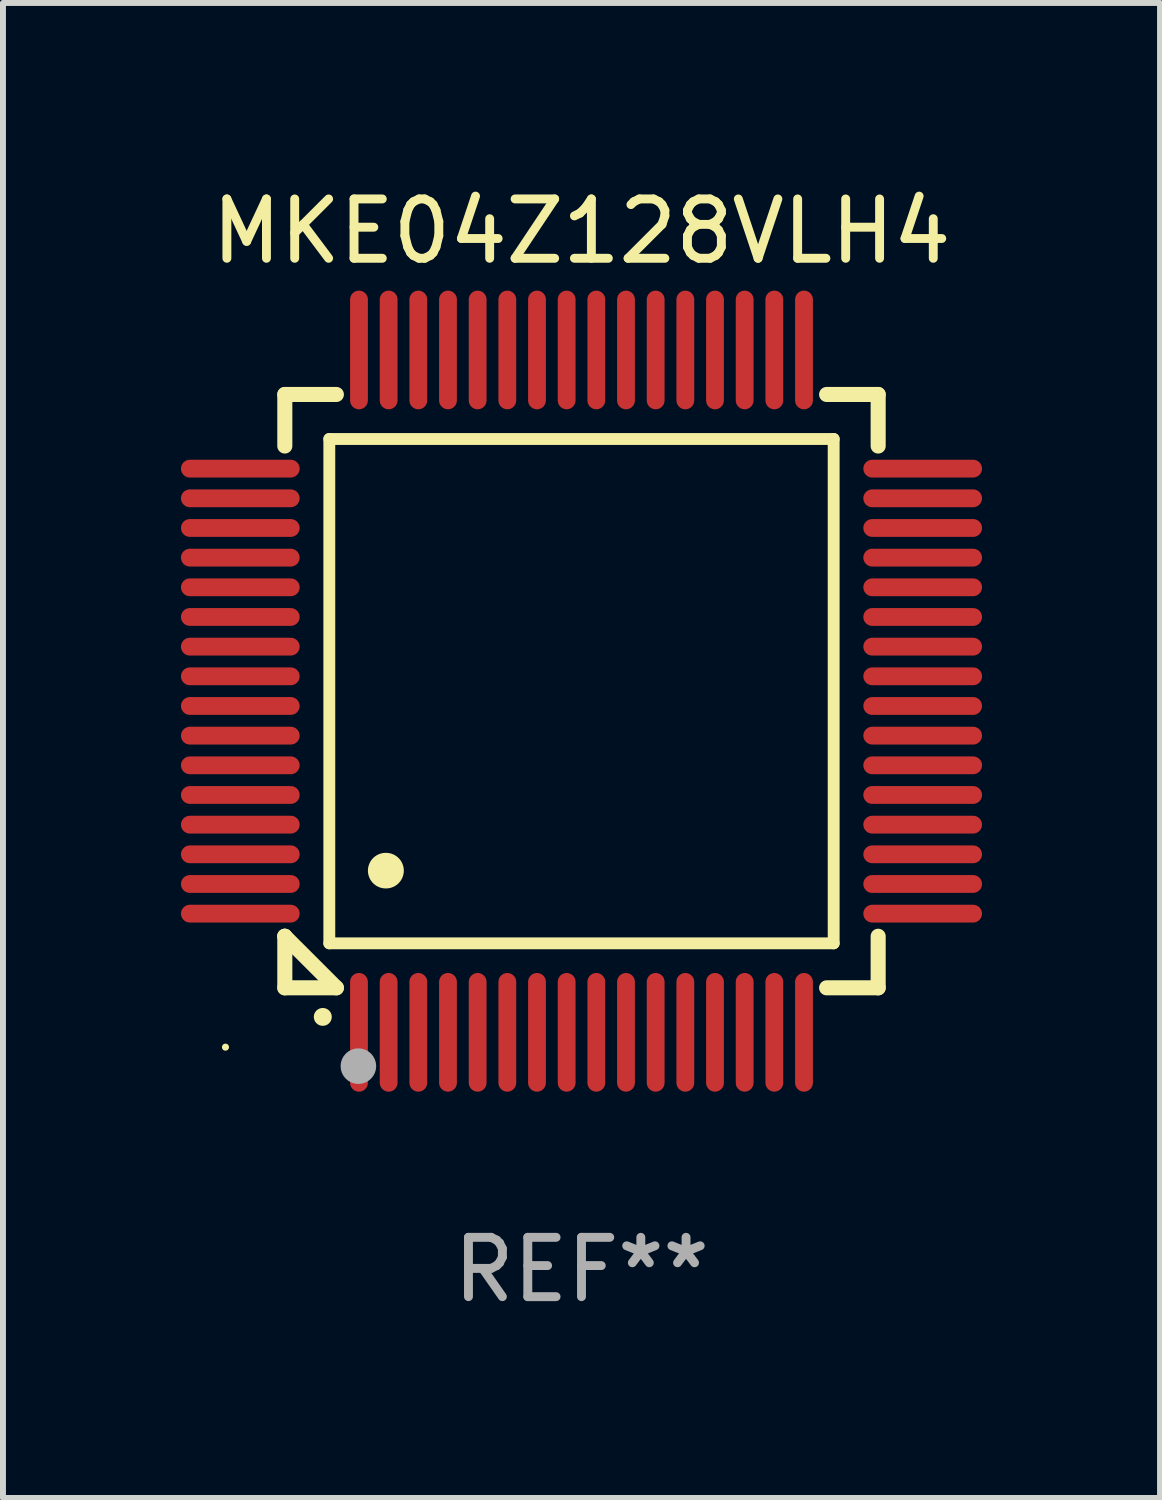
<source format=kicad_pcb>
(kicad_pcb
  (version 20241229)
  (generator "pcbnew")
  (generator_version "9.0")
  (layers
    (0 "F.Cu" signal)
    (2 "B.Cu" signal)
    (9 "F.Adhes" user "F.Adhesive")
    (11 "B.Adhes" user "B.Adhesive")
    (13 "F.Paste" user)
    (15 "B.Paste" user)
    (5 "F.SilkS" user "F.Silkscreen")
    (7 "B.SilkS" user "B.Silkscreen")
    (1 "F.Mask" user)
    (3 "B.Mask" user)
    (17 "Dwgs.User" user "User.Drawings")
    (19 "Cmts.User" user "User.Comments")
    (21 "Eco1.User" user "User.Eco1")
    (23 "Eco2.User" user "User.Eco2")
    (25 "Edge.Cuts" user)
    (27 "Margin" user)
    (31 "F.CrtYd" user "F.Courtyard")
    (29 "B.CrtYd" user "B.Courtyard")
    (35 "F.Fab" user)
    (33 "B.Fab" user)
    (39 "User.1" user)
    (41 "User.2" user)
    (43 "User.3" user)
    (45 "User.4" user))
  (footprint "MKE04Z128VLH4"
    (layer "F.Cu")
    (at 6.75 8.598)
    (property "Reference" "MKE04Z128VLH4" (at 0 -7.75 0) (layer "F.SilkS") (effects (font (size 1 1) (thickness 0.15))))
    (attr through_hole)
    (fp_line (start -5 -5) (end -4.131 -5) (stroke (width 0.254) (type solid)) (layer "F.SilkS"))
    (fp_line (start -5 -4.131) (end -5 -5) (stroke (width 0.254) (type solid)) (layer "F.SilkS"))
    (fp_line (start -5 4.131) (end -5 4.131) (stroke (width 0.254) (type solid)) (layer "F.SilkS"))
    (fp_line (start -5 5) (end -5 4.131) (stroke (width 0.254) (type solid)) (layer "F.SilkS"))
    (fp_line (start -5 4.131) (end -4.131 5) (stroke (width 0.254) (type solid)) (layer "F.SilkS"))
    (fp_line (start -4.25 -4.25) (end -4.25 4.25) (stroke (width 0.2) (type solid)) (layer "F.SilkS"))
    (fp_line (start -4.25 4.25) (end 4.25 4.25) (stroke (width 0.2) (type solid)) (layer "F.SilkS"))
    (fp_line (start -4.131 5) (end -5 5) (stroke (width 0.254) (type solid)) (layer "F.SilkS"))
    (fp_line (start 4.25 -4.25) (end -4.25 -4.25) (stroke (width 0.2) (type solid)) (layer "F.SilkS"))
    (fp_line (start 4.25 4.25) (end 4.25 -4.25) (stroke (width 0.2) (type solid)) (layer "F.SilkS"))
    (fp_line (start 5 -5) (end 4.131 -5) (stroke (width 0.254) (type solid)) (layer "F.SilkS"))
    (fp_line (start 5 -5) (end 5 -4.131) (stroke (width 0.254) (type solid)) (layer "F.SilkS"))
    (fp_line (start 5 4.131) (end 5 5) (stroke (width 0.254) (type solid)) (layer "F.SilkS"))
    (fp_line (start 5 5) (end 4.131 5) (stroke (width 0.254) (type solid)) (layer "F.SilkS"))
    (fp_arc (start -4.361265 5.489992) (mid -4.359995 5.489987) (end -4.358725 5.489992) (stroke (width 0.3) (type solid)) (layer "F.SilkS"))
    (fp_arc (start -3.299467 3.025146) (mid -3.296927 3.025135) (end -3.294387 3.025146) (stroke (width 0.6) (type solid)) (layer "F.SilkS"))
    (fp_circle (center -6 6) (end -5.97 6) (stroke (width 0.06) (type solid)) (fill no) (layer "F.SilkS"))
    (fp_circle (center -3.76 6.32) (end -3.61 6.32) (stroke (width 0.3) (type solid)) (fill no) (layer "F.Fab"))
    (fp_text user "REF**" (at 0 9.75 0) (layer "F.Fab") (effects (font (size 1 1) (thickness 0.15))))
    (pad "1" smd oval (at -3.75 5.75) (size 0.3 2) (layers "F.Cu" "F.Mask" "F.Paste"))
    (pad "2" smd oval (at -3.25 5.75) (size 0.3 2) (layers "F.Cu" "F.Mask" "F.Paste"))
    (pad "3" smd oval (at -2.75 5.75) (size 0.3 2) (layers "F.Cu" "F.Mask" "F.Paste"))
    (pad "4" smd oval (at -2.25 5.75) (size 0.3 2) (layers "F.Cu" "F.Mask" "F.Paste"))
    (pad "5" smd oval (at -1.75 5.75) (size 0.3 2) (layers "F.Cu" "F.Mask" "F.Paste"))
    (pad "6" smd oval (at -1.25 5.75) (size 0.3 2) (layers "F.Cu" "F.Mask" "F.Paste"))
    (pad "7" smd oval (at -0.75 5.75) (size 0.3 2) (layers "F.Cu" "F.Mask" "F.Paste"))
    (pad "8" smd oval (at -0.25 5.75) (size 0.3 2) (layers "F.Cu" "F.Mask" "F.Paste"))
    (pad "9" smd oval (at 0.25 5.75) (size 0.3 2) (layers "F.Cu" "F.Mask" "F.Paste"))
    (pad "10" smd oval (at 0.75 5.75) (size 0.3 2) (layers "F.Cu" "F.Mask" "F.Paste"))
    (pad "11" smd oval (at 1.25 5.75) (size 0.3 2) (layers "F.Cu" "F.Mask" "F.Paste"))
    (pad "12" smd oval (at 1.75 5.75) (size 0.3 2) (layers "F.Cu" "F.Mask" "F.Paste"))
    (pad "13" smd oval (at 2.25 5.75) (size 0.3 2) (layers "F.Cu" "F.Mask" "F.Paste"))
    (pad "14" smd oval (at 2.75 5.75) (size 0.3 2) (layers "F.Cu" "F.Mask" "F.Paste"))
    (pad "15" smd oval (at 3.25 5.75) (size 0.3 2) (layers "F.Cu" "F.Mask" "F.Paste"))
    (pad "16" smd oval (at 3.75 5.75) (size 0.3 2) (layers "F.Cu" "F.Mask" "F.Paste"))
    (pad "17" smd oval (at 5.75 3.75) (size 2 0.3) (layers "F.Cu" "F.Mask" "F.Paste"))
    (pad "18" smd oval (at 5.75 3.25) (size 2 0.3) (layers "F.Cu" "F.Mask" "F.Paste"))
    (pad "19" smd oval (at 5.75 2.75) (size 2 0.3) (layers "F.Cu" "F.Mask" "F.Paste"))
    (pad "20" smd oval (at 5.75 2.25) (size 2 0.3) (layers "F.Cu" "F.Mask" "F.Paste"))
    (pad "21" smd oval (at 5.75 1.75) (size 2 0.3) (layers "F.Cu" "F.Mask" "F.Paste"))
    (pad "22" smd oval (at 5.75 1.25) (size 2 0.3) (layers "F.Cu" "F.Mask" "F.Paste"))
    (pad "23" smd oval (at 5.75 0.75) (size 2 0.3) (layers "F.Cu" "F.Mask" "F.Paste"))
    (pad "24" smd oval (at 5.75 0.25) (size 2 0.3) (layers "F.Cu" "F.Mask" "F.Paste"))
    (pad "25" smd oval (at 5.75 -0.25) (size 2 0.3) (layers "F.Cu" "F.Mask" "F.Paste"))
    (pad "26" smd oval (at 5.75 -0.75) (size 2 0.3) (layers "F.Cu" "F.Mask" "F.Paste"))
    (pad "27" smd oval (at 5.75 -1.25) (size 2 0.3) (layers "F.Cu" "F.Mask" "F.Paste"))
    (pad "28" smd oval (at 5.75 -1.75) (size 2 0.3) (layers "F.Cu" "F.Mask" "F.Paste"))
    (pad "29" smd oval (at 5.75 -2.25) (size 2 0.3) (layers "F.Cu" "F.Mask" "F.Paste"))
    (pad "30" smd oval (at 5.75 -2.75) (size 2 0.3) (layers "F.Cu" "F.Mask" "F.Paste"))
    (pad "31" smd oval (at 5.75 -3.25) (size 2 0.3) (layers "F.Cu" "F.Mask" "F.Paste"))
    (pad "32" smd oval (at 5.75 -3.75) (size 2 0.3) (layers "F.Cu" "F.Mask" "F.Paste"))
    (pad "33" smd oval (at 3.75 -5.75) (size 0.3 2) (layers "F.Cu" "F.Mask" "F.Paste"))
    (pad "34" smd oval (at 3.25 -5.75) (size 0.3 2) (layers "F.Cu" "F.Mask" "F.Paste"))
    (pad "35" smd oval (at 2.75 -5.75) (size 0.3 2) (layers "F.Cu" "F.Mask" "F.Paste"))
    (pad "36" smd oval (at 2.25 -5.75) (size 0.3 2) (layers "F.Cu" "F.Mask" "F.Paste"))
    (pad "37" smd oval (at 1.75 -5.75) (size 0.3 2) (layers "F.Cu" "F.Mask" "F.Paste"))
    (pad "38" smd oval (at 1.25 -5.75) (size 0.3 2) (layers "F.Cu" "F.Mask" "F.Paste"))
    (pad "39" smd oval (at 0.75 -5.75) (size 0.3 2) (layers "F.Cu" "F.Mask" "F.Paste"))
    (pad "40" smd oval (at 0.25 -5.75) (size 0.3 2) (layers "F.Cu" "F.Mask" "F.Paste"))
    (pad "41" smd oval (at -0.25 -5.75) (size 0.3 2) (layers "F.Cu" "F.Mask" "F.Paste"))
    (pad "42" smd oval (at -0.75 -5.75) (size 0.3 2) (layers "F.Cu" "F.Mask" "F.Paste"))
    (pad "43" smd oval (at -1.25 -5.75) (size 0.3 2) (layers "F.Cu" "F.Mask" "F.Paste"))
    (pad "44" smd oval (at -1.75 -5.75) (size 0.3 2) (layers "F.Cu" "F.Mask" "F.Paste"))
    (pad "45" smd oval (at -2.25 -5.75) (size 0.3 2) (layers "F.Cu" "F.Mask" "F.Paste"))
    (pad "46" smd oval (at -2.75 -5.75) (size 0.3 2) (layers "F.Cu" "F.Mask" "F.Paste"))
    (pad "47" smd oval (at -3.25 -5.75) (size 0.3 2) (layers "F.Cu" "F.Mask" "F.Paste"))
    (pad "48" smd oval (at -3.75 -5.75) (size 0.3 2) (layers "F.Cu" "F.Mask" "F.Paste"))
    (pad "49" smd oval (at -5.75 -3.75) (size 2 0.3) (layers "F.Cu" "F.Mask" "F.Paste"))
    (pad "50" smd oval (at -5.75 -3.25) (size 2 0.3) (layers "F.Cu" "F.Mask" "F.Paste"))
    (pad "51" smd oval (at -5.75 -2.75) (size 2 0.3) (layers "F.Cu" "F.Mask" "F.Paste"))
    (pad "52" smd oval (at -5.75 -2.25) (size 2 0.3) (layers "F.Cu" "F.Mask" "F.Paste"))
    (pad "53" smd oval (at -5.75 -1.75) (size 2 0.3) (layers "F.Cu" "F.Mask" "F.Paste"))
    (pad "54" smd oval (at -5.75 -1.25) (size 2 0.3) (layers "F.Cu" "F.Mask" "F.Paste"))
    (pad "55" smd oval (at -5.75 -0.75) (size 2 0.3) (layers "F.Cu" "F.Mask" "F.Paste"))
    (pad "56" smd oval (at -5.75 -0.25) (size 2 0.3) (layers "F.Cu" "F.Mask" "F.Paste"))
    (pad "57" smd oval (at -5.75 0.25) (size 2 0.3) (layers "F.Cu" "F.Mask" "F.Paste"))
    (pad "58" smd oval (at -5.75 0.75) (size 2 0.3) (layers "F.Cu" "F.Mask" "F.Paste"))
    (pad "59" smd oval (at -5.75 1.25) (size 2 0.3) (layers "F.Cu" "F.Mask" "F.Paste"))
    (pad "60" smd oval (at -5.75 1.75) (size 2 0.3) (layers "F.Cu" "F.Mask" "F.Paste"))
    (pad "61" smd oval (at -5.75 2.25) (size 2 0.3) (layers "F.Cu" "F.Mask" "F.Paste"))
    (pad "62" smd oval (at -5.75 2.75) (size 2 0.3) (layers "F.Cu" "F.Mask" "F.Paste"))
    (pad "63" smd oval (at -5.75 3.25) (size 2 0.3) (layers "F.Cu" "F.Mask" "F.Paste"))
    (pad "64" smd oval (at -5.75 3.75) (size 2 0.3) (layers "F.Cu" "F.Mask" "F.Paste")))
  (gr_rect
    (start -3 -3)
    (end 16.5 22.196)
    (stroke (width 0.1) (type default))
    (fill no)
    (layer "Edge.Cuts")))
</source>
